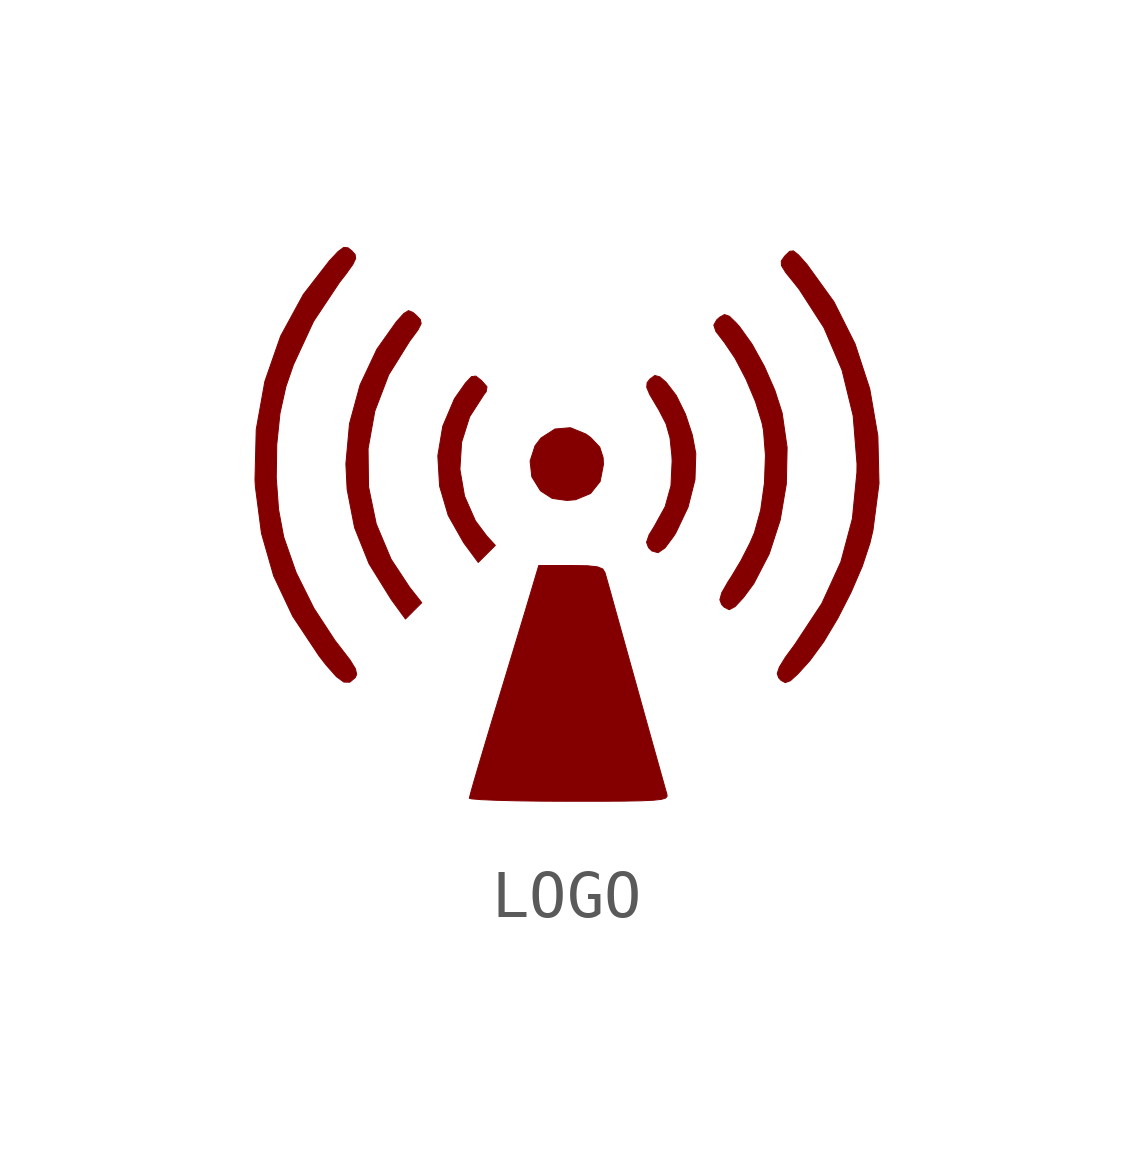
<source format=kicad_sym>
(kicad_symbol_lib
  (version 20220914)
  (generator bitmap2component)
  (symbol "LOGO"
    (pin_names
      (offset 1.016))
    (property "Reference" "#G"
      (at 0 7.832 0)
      (effects (font (size 1.27 1.27)) hide))
    (symbol "LOGO_0_0"
      (polyline (pts (xy 0.049 -5.757) (xy 0.695 -5.757) (xy 1.192 -5.754) (xy 1.557 -5.747) (xy 1.81 -5.735) (xy 1.97 -5.717) (xy 2.056 -5.691) (xy 2.087 -5.655) (xy 2.083 -5.609) (xy 2.052 -5.503) (xy 1.982 -5.253) (xy 1.879 -4.885) (xy 1.749 -4.421) (xy 1.6 -3.886) (xy 1.438 -3.302) (xy 1.286 -2.757) (xy 1.136 -2.217) (xy 1.005 -1.748) (xy 0.901 -1.373) (xy 0.828 -1.114) (xy 0.794 -0.995) (xy 0.794 -0.995) (xy 0.747 -0.919) (xy 0.636 -0.874) (xy 0.426 -0.852) (xy 0.083 -0.847) (xy -0.586 -0.847) (xy -0.768 -1.46) (xy -0.783 -1.509) (xy -0.873 -1.811) (xy -1 -2.231) (xy -1.152 -2.734) (xy -1.319 -3.287) (xy -1.491 -3.852) (xy -1.56 -4.078) (xy -1.71 -4.58) (xy -1.84 -5.016) (xy -1.942 -5.364) (xy -2.008 -5.598) (xy -2.032 -5.694) (xy -1.984 -5.707) (xy -1.79 -5.723) (xy -1.467 -5.737) (xy -1.038 -5.748) (xy -0.525 -5.755) (xy 0.048 -5.757) (xy 0.049 -5.757)) (stroke (width 0.01) (type default)) (fill (type outline)))
      (polyline (pts (xy -4.408 -3.182) (xy -4.378 -3.114) (xy -4.405 -2.996) (xy -4.518 -2.813) (xy -4.732 -2.535) (xy -4.828 -2.412) (xy -5.27 -1.736) (xy -5.64 -0.992) (xy -5.898 -0.254) (xy -6.005 0.318) (xy -6.053 0.98) (xy -6.043 1.669) (xy -5.976 2.321) (xy -5.853 2.876) (xy -5.697 3.331) (xy -5.276 4.239) (xy -4.736 5.05) (xy -4.602 5.222) (xy -4.458 5.423) (xy -4.399 5.548) (xy -4.411 5.632) (xy -4.481 5.709) (xy -4.559 5.77) (xy -4.647 5.779) (xy -4.762 5.695) (xy -4.945 5.501) (xy -5.49 4.797) (xy -5.962 3.931) (xy -6.29 2.989) (xy -6.47 1.987) (xy -6.496 0.939) (xy -6.488 0.797) (xy -6.361 -0.176) (xy -6.107 -1.064) (xy -5.711 -1.903) (xy -5.161 -2.731) (xy -5.009 -2.926) (xy -4.8 -3.162) (xy -4.645 -3.275) (xy -4.521 -3.277) (xy -4.408 -3.182)) (stroke (width 0.01) (type default)) (fill (type outline)))
      (polyline (pts (xy 4.653 -3.248) (xy 4.805 -3.111) (xy 5.036 -2.857) (xy 5.063 -2.826) (xy 5.348 -2.438) (xy 5.643 -1.945) (xy 5.92 -1.402) (xy 6.153 -0.862) (xy 6.312 -0.381) (xy 6.375 -0.114) (xy 6.501 0.861) (xy 6.477 1.852) (xy 6.309 2.83) (xy 6.002 3.769) (xy 5.564 4.643) (xy 5.001 5.423) (xy 4.827 5.619) (xy 4.719 5.706) (xy 4.64 5.697) (xy 4.548 5.609) (xy 4.529 5.586) (xy 4.465 5.493) (xy 4.47 5.398) (xy 4.556 5.258) (xy 4.739 5.031) (xy 4.839 4.905) (xy 5.354 4.106) (xy 5.731 3.222) (xy 5.963 2.271) (xy 6.043 1.27) (xy 6.041 1.093) (xy 5.947 0.13) (xy 5.706 -0.773) (xy 5.31 -1.638) (xy 4.752 -2.485) (xy 4.556 -2.752) (xy 4.426 -2.962) (xy 4.381 -3.096) (xy 4.41 -3.184) (xy 4.46 -3.239) (xy 4.548 -3.286) (xy 4.653 -3.248)) (stroke (width 0.01) (type default)) (fill (type outline)))
      (polyline (pts (xy -3.193 -1.791) (xy -3.023 -1.622) (xy -3.278 -1.298) (xy -3.661 -0.717) (xy -3.971 0.02) (xy -4.131 0.794) (xy -4.141 1.585) (xy -4 2.369) (xy -3.711 3.126) (xy -3.271 3.832) (xy -3.252 3.856) (xy -3.098 4.066) (xy -3.035 4.192) (xy -3.053 4.277) (xy -3.141 4.368) (xy -3.206 4.424) (xy -3.298 4.462) (xy -3.397 4.402) (xy -3.554 4.227) (xy -3.956 3.66) (xy -4.307 2.916) (xy -4.527 2.108) (xy -4.603 1.27) (xy -4.577 0.738) (xy -4.422 -0.058) (xy -4.12 -0.811) (xy -3.66 -1.552) (xy -3.362 -1.961) (xy -3.193 -1.791)) (stroke (width 0.01) (type default)) (fill (type outline)))
      (polyline (pts (xy 3.503 -1.703) (xy 3.68 -1.512) (xy 3.893 -1.224) (xy 4.215 -0.603) (xy 4.444 0.103) (xy 4.571 0.855) (xy 4.587 1.61) (xy 4.484 2.328) (xy 4.481 2.338) (xy 4.331 2.805) (xy 4.112 3.302) (xy 3.857 3.763) (xy 3.599 4.124) (xy 3.533 4.199) (xy 3.385 4.344) (xy 3.283 4.38) (xy 3.186 4.327) (xy 3.121 4.269) (xy 3.06 4.16) (xy 3.103 4.029) (xy 3.259 3.826) (xy 3.272 3.811) (xy 3.502 3.471) (xy 3.731 3.034) (xy 3.929 2.564) (xy 4.064 2.126) (xy 4.095 1.968) (xy 4.136 1.447) (xy 4.115 0.87) (xy 4.037 0.31) (xy 3.907 -0.162) (xy 3.815 -0.375) (xy 3.627 -0.743) (xy 3.427 -1.078) (xy 3.354 -1.19) (xy 3.225 -1.416) (xy 3.186 -1.56) (xy 3.223 -1.657) (xy 3.276 -1.715) (xy 3.381 -1.767) (xy 3.503 -1.703)) (stroke (width 0.01) (type default)) (fill (type outline)))
      (polyline (pts (xy -1.668 -0.605) (xy -1.49 -0.427) (xy -1.667 -0.235) (xy -1.905 0.083) (xy -2.132 0.599) (xy -2.228 1.157) (xy -2.193 1.72) (xy -2.025 2.252) (xy -1.725 2.717) (xy -1.681 2.772) (xy -1.664 2.876) (xy -1.776 3.003) (xy -1.896 3.098) (xy -1.987 3.087) (xy -2.112 2.954) (xy -2.342 2.626) (xy -2.585 2.054) (xy -2.688 1.438) (xy -2.651 0.807) (xy -2.471 0.195) (xy -2.151 -0.37) (xy -1.846 -0.783) (xy -1.668 -0.605)) (stroke (width 0.01) (type default)) (fill (type outline)))
      (polyline (pts (xy 2.044 -0.48) (xy 2.228 -0.233) (xy 2.268 -0.169) (xy 2.524 0.369) (xy 2.668 0.941) (xy 2.685 1.485) (xy 2.613 1.871) (xy 2.468 2.309) (xy 2.277 2.696) (xy 2.066 2.971) (xy 1.935 3.083) (xy 1.832 3.111) (xy 1.729 3.035) (xy 1.672 2.963) (xy 1.663 2.864) (xy 1.728 2.71) (xy 1.877 2.458) (xy 1.91 2.405) (xy 2.065 2.106) (xy 2.148 1.812) (xy 2.187 1.437) (xy 2.192 1.329) (xy 2.168 0.814) (xy 2.046 0.376) (xy 1.812 -0.047) (xy 1.713 -0.206) (xy 1.659 -0.363) (xy 1.7 -0.474) (xy 1.769 -0.543) (xy 1.899 -0.58) (xy 2.044 -0.48)) (stroke (width 0.01) (type default)) (fill (type outline)))
      (polyline (pts (xy 0.183 0.524) (xy 0.494 0.654) (xy 0.693 0.904) (xy 0.762 1.259) (xy 0.755 1.4) (xy 0.685 1.618) (xy 0.501 1.813) (xy 0.4 1.889) (xy 0.073 2.023) (xy -0.248 1.996) (xy -0.539 1.809) (xy -0.663 1.647) (xy -0.766 1.328) (xy -0.73 1) (xy -0.554 0.716) (xy -0.537 0.7) (xy -0.306 0.551) (xy 0 0.508) (xy 0.183 0.524)) (stroke (width 0.01) (type default)) (fill (type outline))))))
</source>
